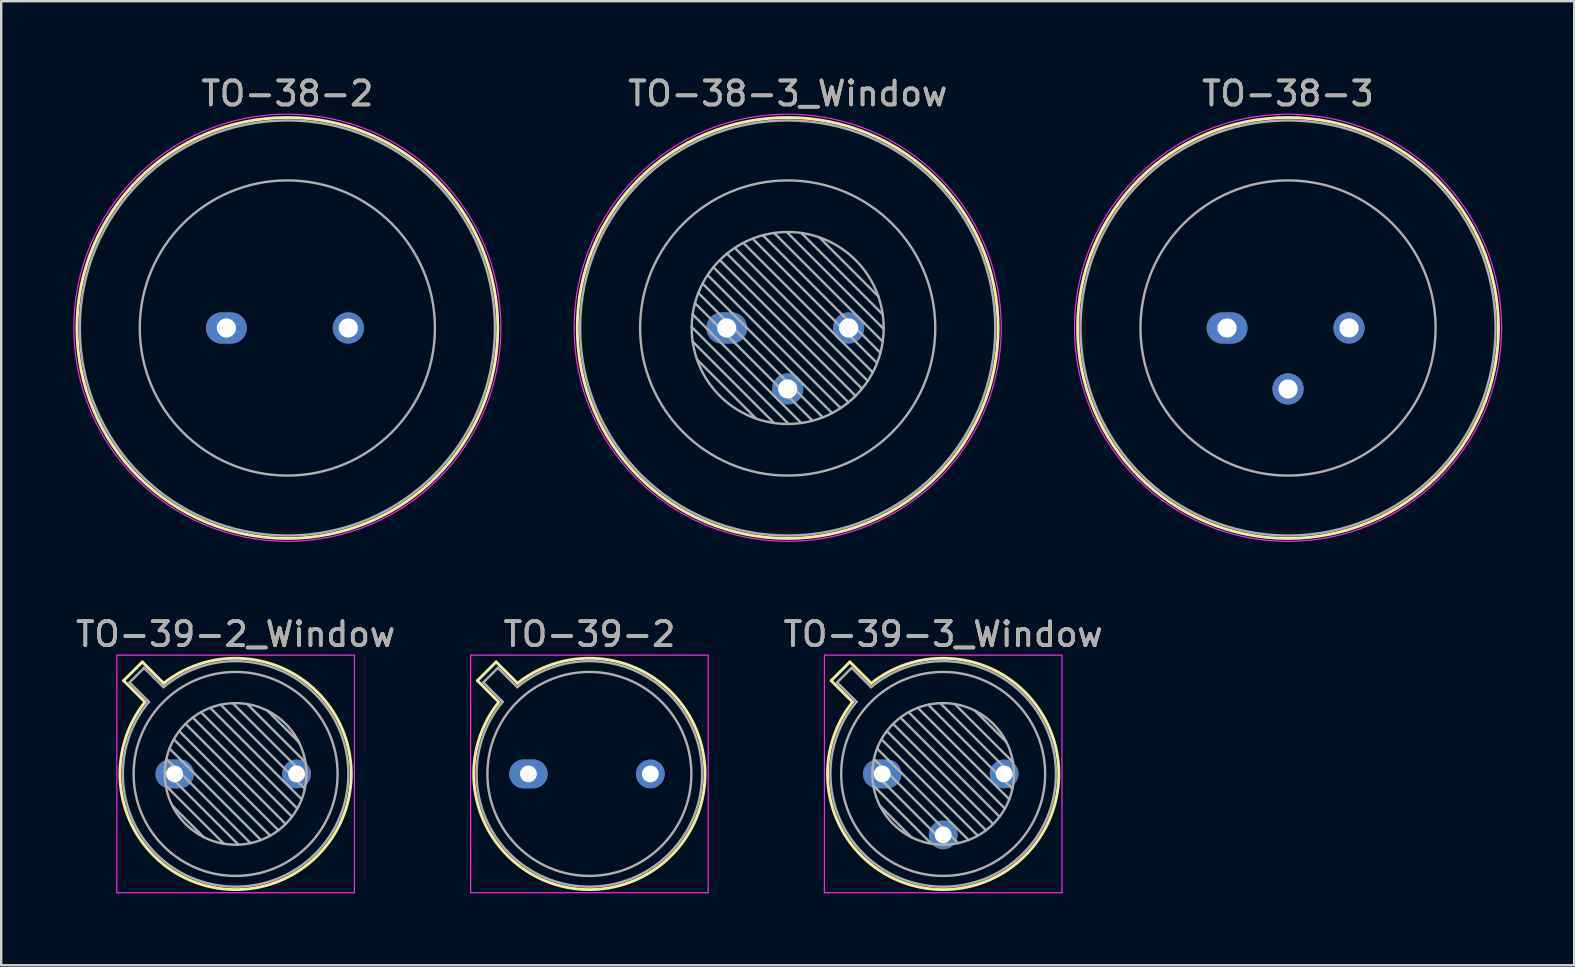
<source format=kicad_pcb>
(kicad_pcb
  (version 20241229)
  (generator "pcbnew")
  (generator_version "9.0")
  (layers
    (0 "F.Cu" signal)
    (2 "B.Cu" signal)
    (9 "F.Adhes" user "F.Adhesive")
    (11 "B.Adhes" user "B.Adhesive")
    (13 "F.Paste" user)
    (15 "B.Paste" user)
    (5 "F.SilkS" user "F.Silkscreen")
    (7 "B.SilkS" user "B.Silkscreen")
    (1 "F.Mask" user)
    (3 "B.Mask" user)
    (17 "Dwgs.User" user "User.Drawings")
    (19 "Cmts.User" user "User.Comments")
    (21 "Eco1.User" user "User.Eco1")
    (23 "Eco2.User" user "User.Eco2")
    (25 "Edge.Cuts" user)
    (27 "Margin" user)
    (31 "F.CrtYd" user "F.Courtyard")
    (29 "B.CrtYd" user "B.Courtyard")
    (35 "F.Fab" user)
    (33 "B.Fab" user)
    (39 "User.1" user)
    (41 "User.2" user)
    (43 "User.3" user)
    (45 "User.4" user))
  (footprint "TO-39-2_Window"
    (layer "F.Cu")
    (at 4.228 29.201)
    (property "Reference" "TO-39-2_Window" (at 2.54 -5.82 0) (layer "F.SilkS") (effects (font (size 1 1) (thickness 0.15))))
    (attr through_hole)
    (fp_line (start -2.126 -3.888) (end -1.235 -2.997) (stroke (width 0.12) (type solid)) (layer "F.SilkS"))
    (fp_line (start -1.348 -4.666) (end -2.126 -3.888) (stroke (width 0.12) (type solid)) (layer "F.SilkS"))
    (fp_line (start -0.457 -3.775) (end -1.348 -4.666) (stroke (width 0.12) (type solid)) (layer "F.SilkS"))
    (fp_arc (start -0.457084 -3.774902) (mid 5.948125 3.408384) (end -1.234674 -2.997371) (stroke (width 0.12) (type solid)) (layer "F.SilkS"))
    (fp_line (start -2.41 -4.95) (end -2.41 4.95) (stroke (width 0.05) (type solid)) (layer "F.CrtYd"))
    (fp_line (start -2.41 4.95) (end 7.49 4.95) (stroke (width 0.05) (type solid)) (layer "F.CrtYd"))
    (fp_line (start 7.49 -4.95) (end -2.41 -4.95) (stroke (width 0.05) (type solid)) (layer "F.CrtYd"))
    (fp_line (start 7.49 4.95) (end 7.49 -4.95) (stroke (width 0.05) (type solid)) (layer "F.CrtYd"))
    (fp_line (start -1.88 -3.812) (end -1.074 -3.005) (stroke (width 0.1) (type solid)) (layer "F.Fab"))
    (fp_line (start -1.272 -4.42) (end -1.88 -3.812) (stroke (width 0.1) (type solid)) (layer "F.Fab"))
    (fp_line (start -0.465 -3.614) (end -1.272 -4.42) (stroke (width 0.1) (type solid)) (layer "F.Fab"))
    (fp_line (start -0.408 -0.12) (end 2.66 2.948) (stroke (width 0.1) (type solid)) (layer "F.Fab"))
    (fp_line (start -0.371 0.485) (end 2.055 2.911) (stroke (width 0.1) (type solid)) (layer "F.Fab"))
    (fp_line (start -0.344 -0.622) (end 3.162 2.884) (stroke (width 0.1) (type solid)) (layer "F.Fab"))
    (fp_line (start -0.215 -1.058) (end 3.598 2.755) (stroke (width 0.1) (type solid)) (layer "F.Fab"))
    (fp_line (start -0.097 1.324) (end 1.216 2.637) (stroke (width 0.1) (type solid)) (layer "F.Fab"))
    (fp_line (start -0.034 -1.443) (end 3.983 2.574) (stroke (width 0.1) (type solid)) (layer "F.Fab"))
    (fp_line (start 0.19 -1.784) (end 4.324 2.35) (stroke (width 0.1) (type solid)) (layer "F.Fab"))
    (fp_line (start 0.454 -2.086) (end 4.626 2.086) (stroke (width 0.1) (type solid)) (layer "F.Fab"))
    (fp_line (start 0.756 -2.35) (end 4.89 1.784) (stroke (width 0.1) (type solid)) (layer "F.Fab"))
    (fp_line (start 1.097 -2.574) (end 5.114 1.443) (stroke (width 0.1) (type solid)) (layer "F.Fab"))
    (fp_line (start 1.482 -2.755) (end 5.295 1.058) (stroke (width 0.1) (type solid)) (layer "F.Fab"))
    (fp_line (start 1.918 -2.884) (end 5.424 0.622) (stroke (width 0.1) (type solid)) (layer "F.Fab"))
    (fp_line (start 2.42 -2.948) (end 5.488 0.12) (stroke (width 0.1) (type solid)) (layer "F.Fab"))
    (fp_line (start 3.025 -2.911) (end 5.451 -0.485) (stroke (width 0.1) (type solid)) (layer "F.Fab"))
    (fp_line (start 3.864 -2.637) (end 5.177 -1.324) (stroke (width 0.1) (type solid)) (layer "F.Fab"))
    (fp_arc (start -0.465408 -3.61352) (mid 5.863443 3.323361) (end -1.073594 -3.005319) (stroke (width 0.1) (type solid)) (layer "F.Fab"))
    (fp_circle (center 2.54 0) (end 5.49 0) (stroke (width 0.1) (type solid)) (fill no) (layer "F.Fab"))
    (fp_circle (center 2.54 0) (end 6.79 0) (stroke (width 0.1) (type solid)) (fill no) (layer "F.Fab"))
    (fp_text user "${REFERENCE}" (at 2.54 -5.82 0) (layer "F.Fab") (effects (font (size 1 1) (thickness 0.15))))
    (pad "1" thru_hole oval (at 0 0) (size 1.6 1.2) (drill 0.7) (layers "*.Cu" "*.Mask"))
    (pad "2" thru_hole oval (at 5.08 0) (size 1.2 1.2) (drill 0.7) (layers "*.Cu" "*.Mask")))
  (footprint "TO-38-2"
    (layer "F.Cu")
    (at 6.385 10.618)
    (property "Reference" "TO-38-2" (at 2.54 -9.77 0) (layer "F.SilkS") (effects (font (size 1 1) (thickness 0.15))))
    (attr through_hole)
    (fp_circle (center 2.54 0) (end 11.31 0) (stroke (width 0.12) (type solid)) (fill no) (layer "F.SilkS"))
    (fp_circle (center 2.54 -0.01) (end 11.44 -0.01) (stroke (width 0.05) (type solid)) (fill no) (layer "F.CrtYd"))
    (fp_circle (center 2.54 0) (end 8.69 0) (stroke (width 0.1) (type solid)) (fill no) (layer "F.Fab"))
    (fp_circle (center 2.54 0) (end 11.19 0) (stroke (width 0.1) (type solid)) (fill no) (layer "F.Fab"))
    (fp_text user "${REFERENCE}" (at 2.54 -9.77 0) (layer "F.Fab") (effects (font (size 1 1) (thickness 0.15))))
    (pad "1" thru_hole oval (at 0 0) (size 1.7 1.3) (drill 0.8) (layers "*.Cu" "*.Mask"))
    (pad "2" thru_hole oval (at 5.08 0) (size 1.3 1.3) (drill 0.8) (layers "*.Cu" "*.Mask")))
  (footprint "TO-39-3_Window"
    (layer "F.Cu")
    (at 33.714 29.201)
    (property "Reference" "TO-39-3_Window" (at 2.54 -5.82 0) (layer "F.SilkS") (effects (font (size 1 1) (thickness 0.15))))
    (attr through_hole)
    (fp_line (start -2.126 -3.888) (end -1.235 -2.997) (stroke (width 0.12) (type solid)) (layer "F.SilkS"))
    (fp_line (start -1.348 -4.666) (end -2.126 -3.888) (stroke (width 0.12) (type solid)) (layer "F.SilkS"))
    (fp_line (start -0.457 -3.775) (end -1.348 -4.666) (stroke (width 0.12) (type solid)) (layer "F.SilkS"))
    (fp_arc (start -0.457084 -3.774902) (mid 5.948125 3.408384) (end -1.234674 -2.997371) (stroke (width 0.12) (type solid)) (layer "F.SilkS"))
    (fp_line (start -2.41 -4.95) (end -2.41 4.95) (stroke (width 0.05) (type solid)) (layer "F.CrtYd"))
    (fp_line (start -2.41 4.95) (end 7.49 4.95) (stroke (width 0.05) (type solid)) (layer "F.CrtYd"))
    (fp_line (start 7.49 -4.95) (end -2.41 -4.95) (stroke (width 0.05) (type solid)) (layer "F.CrtYd"))
    (fp_line (start 7.49 4.95) (end 7.49 -4.95) (stroke (width 0.05) (type solid)) (layer "F.CrtYd"))
    (fp_line (start -1.88 -3.812) (end -1.074 -3.005) (stroke (width 0.1) (type solid)) (layer "F.Fab"))
    (fp_line (start -1.272 -4.42) (end -1.88 -3.812) (stroke (width 0.1) (type solid)) (layer "F.Fab"))
    (fp_line (start -0.465 -3.614) (end -1.272 -4.42) (stroke (width 0.1) (type solid)) (layer "F.Fab"))
    (fp_line (start -0.408 -0.12) (end 2.66 2.948) (stroke (width 0.1) (type solid)) (layer "F.Fab"))
    (fp_line (start -0.371 0.485) (end 2.055 2.911) (stroke (width 0.1) (type solid)) (layer "F.Fab"))
    (fp_line (start -0.344 -0.622) (end 3.162 2.884) (stroke (width 0.1) (type solid)) (layer "F.Fab"))
    (fp_line (start -0.215 -1.058) (end 3.598 2.755) (stroke (width 0.1) (type solid)) (layer "F.Fab"))
    (fp_line (start -0.097 1.324) (end 1.216 2.637) (stroke (width 0.1) (type solid)) (layer "F.Fab"))
    (fp_line (start -0.034 -1.443) (end 3.983 2.574) (stroke (width 0.1) (type solid)) (layer "F.Fab"))
    (fp_line (start 0.19 -1.784) (end 4.324 2.35) (stroke (width 0.1) (type solid)) (layer "F.Fab"))
    (fp_line (start 0.454 -2.086) (end 4.626 2.086) (stroke (width 0.1) (type solid)) (layer "F.Fab"))
    (fp_line (start 0.756 -2.35) (end 4.89 1.784) (stroke (width 0.1) (type solid)) (layer "F.Fab"))
    (fp_line (start 1.097 -2.574) (end 5.114 1.443) (stroke (width 0.1) (type solid)) (layer "F.Fab"))
    (fp_line (start 1.482 -2.755) (end 5.295 1.058) (stroke (width 0.1) (type solid)) (layer "F.Fab"))
    (fp_line (start 1.918 -2.884) (end 5.424 0.622) (stroke (width 0.1) (type solid)) (layer "F.Fab"))
    (fp_line (start 2.42 -2.948) (end 5.488 0.12) (stroke (width 0.1) (type solid)) (layer "F.Fab"))
    (fp_line (start 3.025 -2.911) (end 5.451 -0.485) (stroke (width 0.1) (type solid)) (layer "F.Fab"))
    (fp_line (start 3.864 -2.637) (end 5.177 -1.324) (stroke (width 0.1) (type solid)) (layer "F.Fab"))
    (fp_arc (start -0.465408 -3.61352) (mid 5.863443 3.323361) (end -1.073594 -3.005319) (stroke (width 0.1) (type solid)) (layer "F.Fab"))
    (fp_circle (center 2.54 0) (end 5.49 0) (stroke (width 0.1) (type solid)) (fill no) (layer "F.Fab"))
    (fp_circle (center 2.54 0) (end 6.79 0) (stroke (width 0.1) (type solid)) (fill no) (layer "F.Fab"))
    (fp_text user "${REFERENCE}" (at 2.54 -5.82 0) (layer "F.Fab") (effects (font (size 1 1) (thickness 0.15))))
    (pad "1" thru_hole oval (at 0 0) (size 1.6 1.2) (drill 0.7) (layers "*.Cu" "*.Mask"))
    (pad "2" thru_hole oval (at 2.54 2.54) (size 1.2 1.2) (drill 0.7) (layers "*.Cu" "*.Mask"))
    (pad "3" thru_hole oval (at 5.08 0) (size 1.2 1.2) (drill 0.7) (layers "*.Cu" "*.Mask")))
  (footprint "TO-39-2"
    (layer "F.Cu")
    (at 18.971 29.201)
    (property "Reference" "TO-39-2" (at 2.54 -5.82 0) (layer "F.SilkS") (effects (font (size 1 1) (thickness 0.15))))
    (attr through_hole)
    (fp_line (start -2.126 -3.888) (end -1.235 -2.997) (stroke (width 0.12) (type solid)) (layer "F.SilkS"))
    (fp_line (start -1.348 -4.666) (end -2.126 -3.888) (stroke (width 0.12) (type solid)) (layer "F.SilkS"))
    (fp_line (start -0.457 -3.775) (end -1.348 -4.666) (stroke (width 0.12) (type solid)) (layer "F.SilkS"))
    (fp_arc (start -0.457084 -3.774902) (mid 5.948125 3.408384) (end -1.234674 -2.997371) (stroke (width 0.12) (type solid)) (layer "F.SilkS"))
    (fp_line (start -2.41 -4.95) (end -2.41 4.95) (stroke (width 0.05) (type solid)) (layer "F.CrtYd"))
    (fp_line (start -2.41 4.95) (end 7.49 4.95) (stroke (width 0.05) (type solid)) (layer "F.CrtYd"))
    (fp_line (start 7.49 -4.95) (end -2.41 -4.95) (stroke (width 0.05) (type solid)) (layer "F.CrtYd"))
    (fp_line (start 7.49 4.95) (end 7.49 -4.95) (stroke (width 0.05) (type solid)) (layer "F.CrtYd"))
    (fp_line (start -1.88 -3.812) (end -1.074 -3.005) (stroke (width 0.1) (type solid)) (layer "F.Fab"))
    (fp_line (start -1.272 -4.42) (end -1.88 -3.812) (stroke (width 0.1) (type solid)) (layer "F.Fab"))
    (fp_line (start -0.465 -3.614) (end -1.272 -4.42) (stroke (width 0.1) (type solid)) (layer "F.Fab"))
    (fp_arc (start -0.465408 -3.61352) (mid 5.863443 3.323361) (end -1.073594 -3.005319) (stroke (width 0.1) (type solid)) (layer "F.Fab"))
    (fp_circle (center 2.54 0) (end 6.79 0) (stroke (width 0.1) (type solid)) (fill no) (layer "F.Fab"))
    (fp_text user "${REFERENCE}" (at 2.54 -5.82 0) (layer "F.Fab") (effects (font (size 1 1) (thickness 0.15))))
    (pad "1" thru_hole oval (at 0 0) (size 1.6 1.2) (drill 0.7) (layers "*.Cu" "*.Mask"))
    (pad "2" thru_hole oval (at 5.08 0) (size 1.2 1.2) (drill 0.7) (layers "*.Cu" "*.Mask")))
  (footprint "TO-38-3"
    (layer "F.Cu")
    (at 48.085 10.618)
    (property "Reference" "TO-38-3" (at 2.54 -9.77 0) (layer "F.SilkS") (effects (font (size 1 1) (thickness 0.15))))
    (attr through_hole)
    (fp_circle (center 2.54 0) (end 11.31 0) (stroke (width 0.12) (type solid)) (fill no) (layer "F.SilkS"))
    (fp_circle (center 2.54 -0.01) (end 11.44 -0.01) (stroke (width 0.05) (type solid)) (fill no) (layer "F.CrtYd"))
    (fp_circle (center 2.54 0) (end 8.69 0) (stroke (width 0.1) (type solid)) (fill no) (layer "F.Fab"))
    (fp_circle (center 2.54 0) (end 11.19 0) (stroke (width 0.1) (type solid)) (fill no) (layer "F.Fab"))
    (fp_text user "${REFERENCE}" (at 2.54 -9.77 0) (layer "F.Fab") (effects (font (size 1 1) (thickness 0.15))))
    (pad "1" thru_hole oval (at 0 0) (size 1.7 1.3) (drill 0.8) (layers "*.Cu" "*.Mask"))
    (pad "2" thru_hole oval (at 2.54 2.54) (size 1.3 1.3) (drill 0.8) (layers "*.Cu" "*.Mask"))
    (pad "3" thru_hole oval (at 5.08 0) (size 1.3 1.3) (drill 0.8) (layers "*.Cu" "*.Mask")))
  (footprint "TO-38-3_Window"
    (layer "F.Cu")
    (at 27.235 10.618)
    (property "Reference" "TO-38-3_Window" (at 2.54 -9.77 0) (layer "F.SilkS") (effects (font (size 1 1) (thickness 0.15))))
    (attr through_hole)
    (fp_circle (center 2.54 0) (end 11.31 0) (stroke (width 0.12) (type solid)) (fill no) (layer "F.SilkS"))
    (fp_circle (center 2.54 -0.01) (end 11.44 -0.01) (stroke (width 0.05) (type solid)) (fill no) (layer "F.CrtYd"))
    (fp_line (start -1.46 -0.041) (end 2.581 4) (stroke (width 0.1) (type solid)) (layer "F.Fab"))
    (fp_line (start -1.42 -0.566) (end 3.106 3.96) (stroke (width 0.1) (type solid)) (layer "F.Fab"))
    (fp_line (start -1.42 0.566) (end 1.974 3.96) (stroke (width 0.1) (type solid)) (layer "F.Fab"))
    (fp_line (start -1.324 -1.036) (end 3.576 3.864) (stroke (width 0.1) (type solid)) (layer "F.Fab"))
    (fp_line (start -1.239 1.313) (end 1.227 3.779) (stroke (width 0.1) (type solid)) (layer "F.Fab"))
    (fp_line (start -1.184 -1.461) (end 4.001 3.724) (stroke (width 0.1) (type solid)) (layer "F.Fab"))
    (fp_line (start -1.007 -1.85) (end 4.39 3.547) (stroke (width 0.1) (type solid)) (layer "F.Fab"))
    (fp_line (start -0.797 -2.206) (end 4.746 3.337) (stroke (width 0.1) (type solid)) (layer "F.Fab"))
    (fp_line (start -0.558 -2.532) (end 5.072 3.098) (stroke (width 0.1) (type solid)) (layer "F.Fab"))
    (fp_line (start -0.289 -2.829) (end 5.369 2.829) (stroke (width 0.1) (type solid)) (layer "F.Fab"))
    (fp_line (start -0.289 2.829) (end -0.289 2.829) (stroke (width 0.1) (type solid)) (layer "F.Fab"))
    (fp_line (start 0.008 -3.098) (end 5.638 2.532) (stroke (width 0.1) (type solid)) (layer "F.Fab"))
    (fp_line (start 0.334 -3.337) (end 5.877 2.206) (stroke (width 0.1) (type solid)) (layer "F.Fab"))
    (fp_line (start 0.69 -3.547) (end 6.087 1.85) (stroke (width 0.1) (type solid)) (layer "F.Fab"))
    (fp_line (start 1.079 -3.724) (end 6.264 1.461) (stroke (width 0.1) (type solid)) (layer "F.Fab"))
    (fp_line (start 1.504 -3.864) (end 6.404 1.036) (stroke (width 0.1) (type solid)) (layer "F.Fab"))
    (fp_line (start 1.974 -3.96) (end 6.5 0.566) (stroke (width 0.1) (type solid)) (layer "F.Fab"))
    (fp_line (start 2.499 -4) (end 6.54 0.041) (stroke (width 0.1) (type solid)) (layer "F.Fab"))
    (fp_line (start 3.106 -3.96) (end 6.5 -0.566) (stroke (width 0.1) (type solid)) (layer "F.Fab"))
    (fp_line (start 3.853 -3.779) (end 6.319 -1.313) (stroke (width 0.1) (type solid)) (layer "F.Fab"))
    (fp_circle (center 2.54 0) (end 6.54 0) (stroke (width 0.1) (type solid)) (fill no) (layer "F.Fab"))
    (fp_circle (center 2.54 0) (end 8.69 0) (stroke (width 0.1) (type solid)) (fill no) (layer "F.Fab"))
    (fp_circle (center 2.54 0) (end 11.19 0) (stroke (width 0.1) (type solid)) (fill no) (layer "F.Fab"))
    (fp_text user "${REFERENCE}" (at 2.54 -9.77 0) (layer "F.Fab") (effects (font (size 1 1) (thickness 0.15))))
    (pad "1" thru_hole oval (at 0 0) (size 1.7 1.3) (drill 0.8) (layers "*.Cu" "*.Mask"))
    (pad "2" thru_hole oval (at 2.54 2.54) (size 1.3 1.3) (drill 0.8) (layers "*.Cu" "*.Mask"))
    (pad "3" thru_hole oval (at 5.08 0) (size 1.3 1.3) (drill 0.8) (layers "*.Cu" "*.Mask")))
  (gr_rect
    (start -3 -3)
    (end 62.55 37.176)
    (stroke (width 0.1) (type default))
    (fill no)
    (layer "Edge.Cuts")))
</source>
